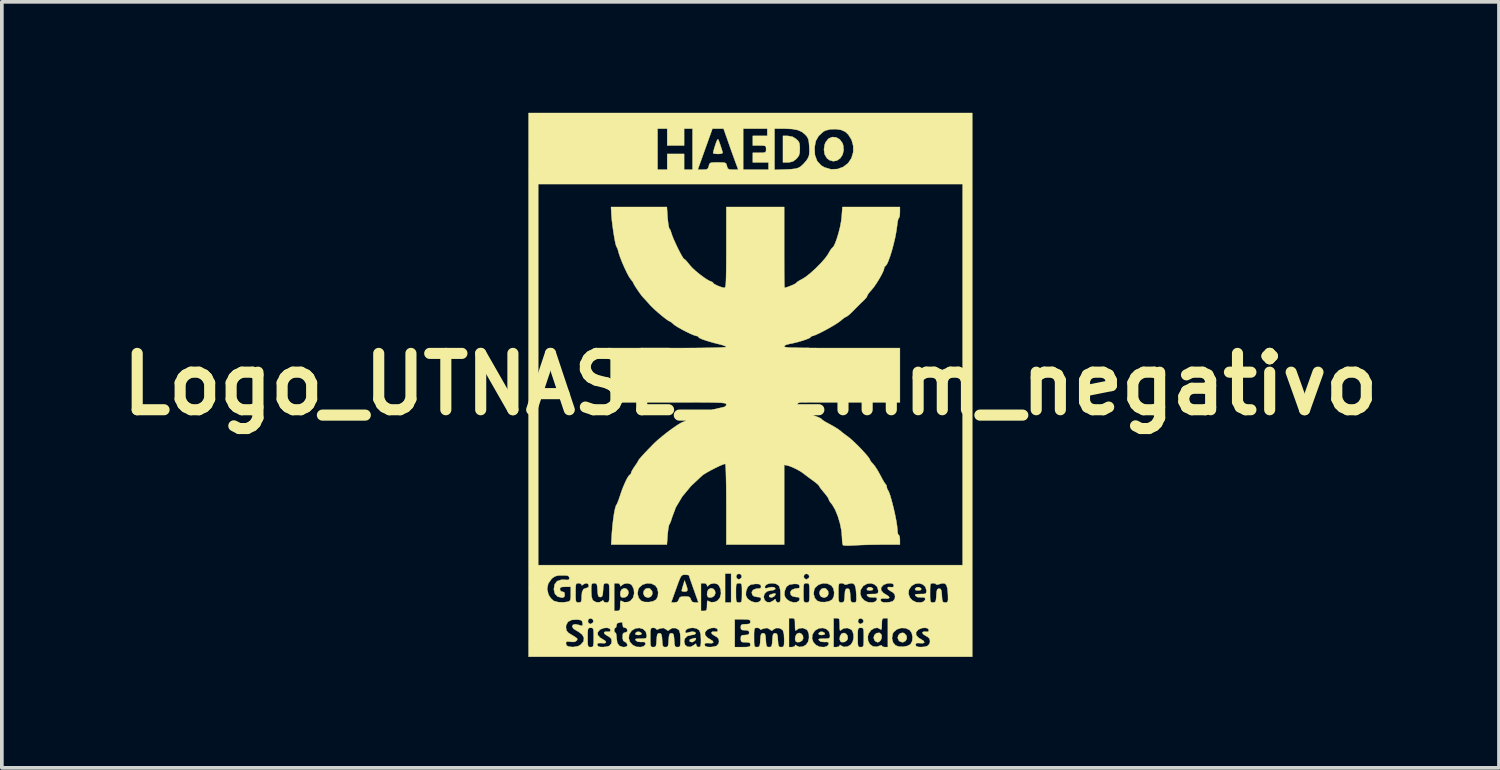
<source format=kicad_pcb>
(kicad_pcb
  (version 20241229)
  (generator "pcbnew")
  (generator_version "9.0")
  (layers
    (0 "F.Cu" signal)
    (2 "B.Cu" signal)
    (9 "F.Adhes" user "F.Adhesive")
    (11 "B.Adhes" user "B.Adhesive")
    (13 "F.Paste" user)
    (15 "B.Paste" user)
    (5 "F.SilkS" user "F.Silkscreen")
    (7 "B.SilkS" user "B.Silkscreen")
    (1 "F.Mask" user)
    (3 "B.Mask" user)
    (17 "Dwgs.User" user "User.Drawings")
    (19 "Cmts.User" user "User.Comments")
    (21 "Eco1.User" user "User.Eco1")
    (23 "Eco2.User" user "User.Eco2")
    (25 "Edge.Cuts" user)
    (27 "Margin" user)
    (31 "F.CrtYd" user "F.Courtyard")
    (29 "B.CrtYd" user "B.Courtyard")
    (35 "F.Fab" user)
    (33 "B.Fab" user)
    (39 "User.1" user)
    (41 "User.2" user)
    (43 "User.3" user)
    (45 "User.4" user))
  (footprint "Logo_UTNASE_12mm_negativo"
    (layer "F.Cu")
    (at 17.243 7.341)
    (property "Reference" "Logo_UTNASE_12mm_negativo" (at 0 0 0) (layer "F.SilkS") (effects (font (size 1.524 1.524) (thickness 0.3))))
    (attr through_hole)
    (fp_poly (pts (xy -2.951 6.725) (xy -2.943 6.741) (xy -2.959 6.772) (xy -3.029 6.782) (xy -3.097 6.774) (xy -3.113 6.747) (xy -3.109 6.731) (xy -3.067 6.696) (xy -3.003 6.695) (xy -2.951 6.725)) (stroke (width 0.01) (type solid)) (fill yes) (layer "F.SilkS"))
    (fp_poly (pts (xy 2.005 6.725) (xy 2.014 6.741) (xy 1.997 6.772) (xy 1.927 6.782) (xy 1.859 6.774) (xy 1.843 6.747) (xy 1.847 6.731) (xy 1.889 6.696) (xy 1.953 6.695) (xy 2.005 6.725)) (stroke (width 0.01) (type solid)) (fill yes) (layer "F.SilkS"))
    (fp_poly (pts (xy 3.309 5.518) (xy 3.318 5.535) (xy 3.301 5.566) (xy 3.232 5.576) (xy 3.163 5.568) (xy 3.147 5.54) (xy 3.152 5.525) (xy 3.194 5.49) (xy 3.257 5.488) (xy 3.309 5.518)) (stroke (width 0.01) (type solid)) (fill yes) (layer "F.SilkS"))
    (fp_poly (pts (xy 4.613 5.518) (xy 4.622 5.535) (xy 4.605 5.566) (xy 4.536 5.576) (xy 4.468 5.568) (xy 4.452 5.54) (xy 4.456 5.525) (xy 4.498 5.49) (xy 4.561 5.488) (xy 4.613 5.518)) (stroke (width 0.01) (type solid)) (fill yes) (layer "F.SilkS"))
    (fp_poly (pts (xy -1.473 6.866) (xy -1.477 6.901) (xy -1.506 6.939) (xy -1.572 6.975) (xy -1.632 6.962) (xy -1.647 6.945) (xy -1.64 6.909) (xy -1.616 6.896) (xy -1.538 6.872) (xy -1.516 6.865) (xy -1.473 6.866)) (stroke (width 0.01) (type solid)) (fill yes) (layer "F.SilkS"))
    (fp_poly (pts (xy 0.679 5.659) (xy 0.675 5.695) (xy 0.646 5.732) (xy 0.58 5.768) (xy 0.52 5.755) (xy 0.505 5.738) (xy 0.512 5.703) (xy 0.536 5.689) (xy 0.614 5.665) (xy 0.636 5.658) (xy 0.679 5.659)) (stroke (width 0.01) (type solid)) (fill yes) (layer "F.SilkS"))
    (fp_poly (pts (xy -1.74 5.416) (xy -1.707 5.521) (xy -1.704 5.58) (xy -1.735 5.604) (xy -1.777 5.608) (xy -1.838 5.601) (xy -1.859 5.588) (xy -1.85 5.546) (xy -1.828 5.467) (xy -1.819 5.436) (xy -1.78 5.306) (xy -1.74 5.416)) (stroke (width 0.01) (type solid)) (fill yes) (layer "F.SilkS"))
    (fp_poly (pts (xy -2.714 5.53) (xy -2.659 5.594) (xy -2.65 5.67) (xy -2.684 5.736) (xy -2.753 5.77) (xy -2.772 5.771) (xy -2.84 5.748) (xy -2.868 5.724) (xy -2.897 5.651) (xy -2.879 5.58) (xy -2.829 5.528) (xy -2.76 5.514) (xy -2.714 5.53)) (stroke (width 0.01) (type solid)) (fill yes) (layer "F.SilkS"))
    (fp_poly (pts (xy 1.381 6.749) (xy 1.421 6.805) (xy 1.427 6.875) (xy 1.401 6.93) (xy 1.338 6.97) (xy 1.265 6.975) (xy 1.228 6.956) (xy 1.207 6.896) (xy 1.217 6.816) (xy 1.254 6.751) (xy 1.258 6.747) (xy 1.323 6.724) (xy 1.381 6.749)) (stroke (width 0.01) (type solid)) (fill yes) (layer "F.SilkS"))
    (fp_poly (pts (xy 2.046 5.53) (xy 2.101 5.594) (xy 2.11 5.67) (xy 2.077 5.736) (xy 2.007 5.77) (xy 1.989 5.771) (xy 1.92 5.748) (xy 1.892 5.724) (xy 1.864 5.651) (xy 1.882 5.58) (xy 1.932 5.528) (xy 2 5.514) (xy 2.046 5.53)) (stroke (width 0.01) (type solid)) (fill yes) (layer "F.SilkS"))
    (fp_poly (pts (xy 2.588 6.749) (xy 2.627 6.805) (xy 2.634 6.875) (xy 2.607 6.93) (xy 2.544 6.97) (xy 2.471 6.975) (xy 2.435 6.956) (xy 2.413 6.896) (xy 2.423 6.816) (xy 2.46 6.751) (xy 2.464 6.747) (xy 2.529 6.724) (xy 2.588 6.749)) (stroke (width 0.01) (type solid)) (fill yes) (layer "F.SilkS"))
    (fp_poly (pts (xy 3.501 6.727) (xy 3.545 6.772) (xy 3.552 6.843) (xy 3.528 6.916) (xy 3.478 6.967) (xy 3.437 6.978) (xy 3.386 6.955) (xy 3.36 6.93) (xy 3.332 6.857) (xy 3.352 6.784) (xy 3.406 6.732) (xy 3.48 6.721) (xy 3.501 6.727)) (stroke (width 0.01) (type solid)) (fill yes) (layer "F.SilkS"))
    (fp_poly (pts (xy 4.165 6.737) (xy 4.221 6.801) (xy 4.229 6.876) (xy 4.196 6.942) (xy 4.126 6.977) (xy 4.108 6.978) (xy 4.039 6.954) (xy 4.012 6.93) (xy 3.983 6.858) (xy 4.001 6.787) (xy 4.051 6.735) (xy 4.12 6.72) (xy 4.165 6.737)) (stroke (width 0.01) (type solid)) (fill yes) (layer "F.SilkS"))
    (fp_poly (pts (xy -3.353 5.531) (xy -3.308 5.58) (xy -3.295 5.649) (xy -3.326 5.722) (xy -3.326 5.723) (xy -3.39 5.763) (xy -3.463 5.768) (xy -3.5 5.75) (xy -3.52 5.692) (xy -3.514 5.613) (xy -3.483 5.55) (xy -3.482 5.55) (xy -3.416 5.515) (xy -3.353 5.531)) (stroke (width 0.01) (type solid)) (fill yes) (layer "F.SilkS"))
    (fp_poly (pts (xy -1.006 5.531) (xy -0.961 5.58) (xy -0.947 5.649) (xy -0.978 5.722) (xy -0.979 5.723) (xy -1.042 5.763) (xy -1.115 5.768) (xy -1.152 5.75) (xy -1.173 5.692) (xy -1.166 5.613) (xy -1.135 5.55) (xy -1.135 5.55) (xy -1.068 5.515) (xy -1.006 5.531)) (stroke (width 0.01) (type solid)) (fill yes) (layer "F.SilkS"))
    (fp_poly (pts (xy 1.143 -6.692) (xy 1.237 -6.632) (xy 1.296 -6.575) (xy 1.326 -6.515) (xy 1.336 -6.429) (xy 1.337 -6.369) (xy 1.332 -6.256) (xy 1.31 -6.18) (xy 1.261 -6.115) (xy 1.242 -6.095) (xy 1.152 -6.026) (xy 1.052 -6.001) (xy 1.013 -5.999) (xy 0.88 -5.999) (xy 0.88 -6.717) (xy 1.008 -6.717) (xy 1.143 -6.692)) (stroke (width 0.01) (type solid)) (fill yes) (layer "F.SilkS"))
    (fp_poly (pts (xy -0.869 -6.619) (xy -0.835 -6.531) (xy -0.8 -6.429) (xy -0.77 -6.335) (xy -0.752 -6.27) (xy -0.75 -6.256) (xy -0.779 -6.238) (xy -0.851 -6.228) (xy -0.88 -6.228) (xy -0.962 -6.233) (xy -1.007 -6.247) (xy -1.01 -6.252) (xy -1.001 -6.294) (xy -0.978 -6.379) (xy -0.949 -6.472) (xy -0.913 -6.574) (xy -0.885 -6.623) (xy -0.869 -6.619)) (stroke (width 0.01) (type solid)) (fill yes) (layer "F.SilkS"))
    (fp_poly (pts (xy 2.318 -6.677) (xy 2.414 -6.623) (xy 2.487 -6.525) (xy 2.507 -6.471) (xy 2.522 -6.331) (xy 2.493 -6.209) (xy 2.43 -6.112) (xy 2.342 -6.05) (xy 2.241 -6.03) (xy 2.135 -6.061) (xy 2.069 -6.112) (xy 2.008 -6.216) (xy 1.988 -6.349) (xy 2.011 -6.489) (xy 2.037 -6.551) (xy 2.114 -6.644) (xy 2.213 -6.685) (xy 2.318 -6.677)) (stroke (width 0.01) (type solid)) (fill yes) (layer "F.SilkS"))
    (fp_poly (pts (xy -2.24 -4.51) (xy -2.227 -4.381) (xy -2.212 -4.278) (xy -2.197 -4.217) (xy -2.191 -4.209) (xy -2.163 -4.166) (xy -2.139 -4.092) (xy -2.114 -4.016) (xy -2.07 -3.909) (xy -2.014 -3.785) (xy -1.953 -3.658) (xy -1.893 -3.542) (xy -1.842 -3.451) (xy -1.807 -3.398) (xy -1.797 -3.391) (xy -1.763 -3.367) (xy -1.705 -3.304) (xy -1.642 -3.225) (xy -1.57 -3.145) (xy -1.469 -3.053) (xy -1.353 -2.959) (xy -1.237 -2.874) (xy -1.135 -2.809) (xy -1.06 -2.775) (xy -1.042 -2.772) (xy -1.012 -2.749) (xy -1.011 -2.742) (xy -0.983 -2.714) (xy -0.915 -2.677) (xy -0.829 -2.641) (xy -0.746 -2.615) (xy -0.7 -2.608) (xy -0.687 -2.616) (xy -0.677 -2.641) (xy -0.668 -2.692) (xy -0.662 -2.773) (xy -0.658 -2.891) (xy -0.655 -3.053) (xy -0.653 -3.264) (xy -0.652 -3.531) (xy -0.652 -3.701) (xy -0.652 -4.793) (xy 0.913 -4.793) (xy 0.913 -3.701) (xy 0.913 -3.441) (xy 0.914 -3.204) (xy 0.915 -2.996) (xy 0.917 -2.825) (xy 0.919 -2.699) (xy 0.922 -2.625) (xy 0.923 -2.608) (xy 0.974 -2.62) (xy 1.053 -2.647) (xy 1.139 -2.683) (xy 1.208 -2.716) (xy 1.239 -2.738) (xy 1.239 -2.739) (xy 1.266 -2.767) (xy 1.335 -2.81) (xy 1.393 -2.84) (xy 1.501 -2.908) (xy 1.633 -3.013) (xy 1.773 -3.141) (xy 1.908 -3.278) (xy 2.023 -3.409) (xy 2.102 -3.52) (xy 2.114 -3.543) (xy 2.162 -3.626) (xy 2.204 -3.68) (xy 2.217 -3.69) (xy 2.252 -3.73) (xy 2.295 -3.82) (xy 2.34 -3.946) (xy 2.385 -4.094) (xy 2.424 -4.25) (xy 2.453 -4.401) (xy 2.468 -4.524) (xy 2.488 -4.793) (xy 4.043 -4.793) (xy 4.043 -4.646) (xy 4.038 -4.559) (xy 4.024 -4.506) (xy 4.015 -4.5) (xy 3.998 -4.47) (xy 3.98 -4.393) (xy 3.968 -4.296) (xy 3.947 -4.143) (xy 3.915 -3.972) (xy 3.873 -3.794) (xy 3.827 -3.62) (xy 3.778 -3.462) (xy 3.73 -3.331) (xy 3.688 -3.239) (xy 3.653 -3.197) (xy 3.647 -3.195) (xy 3.623 -3.169) (xy 3.619 -3.144) (xy 3.602 -3.079) (xy 3.555 -2.978) (xy 3.488 -2.857) (xy 3.412 -2.734) (xy 3.336 -2.624) (xy 3.271 -2.546) (xy 3.207 -2.473) (xy 3.168 -2.414) (xy 3.163 -2.397) (xy 3.141 -2.352) (xy 3.085 -2.288) (xy 3.06 -2.263) (xy 2.983 -2.19) (xy 2.884 -2.092) (xy 2.791 -1.997) (xy 2.706 -1.913) (xy 2.635 -1.852) (xy 2.594 -1.826) (xy 2.591 -1.826) (xy 2.549 -1.805) (xy 2.481 -1.753) (xy 2.445 -1.721) (xy 2.375 -1.669) (xy 2.269 -1.601) (xy 2.14 -1.526) (xy 2.003 -1.451) (xy 1.872 -1.384) (xy 1.762 -1.333) (xy 1.688 -1.307) (xy 1.672 -1.304) (xy 1.633 -1.286) (xy 1.63 -1.275) (xy 1.601 -1.251) (xy 1.524 -1.218) (xy 1.414 -1.18) (xy 1.287 -1.143) (xy 1.158 -1.111) (xy 1.052 -1.09) (xy 0.958 -1.065) (xy 0.915 -1.031) (xy 0.913 -1.023) (xy 0.922 -1.012) (xy 0.952 -1.004) (xy 1.009 -0.996) (xy 1.096 -0.991) (xy 1.22 -0.986) (xy 1.385 -0.983) (xy 1.597 -0.981) (xy 1.859 -0.979) (xy 2.178 -0.978) (xy 2.478 -0.978) (xy 4.043 -0.978) (xy 4.043 0.489) (xy 2.478 0.489) (xy 2.118 0.489) (xy 1.819 0.489) (xy 1.573 0.49) (xy 1.376 0.492) (xy 1.223 0.494) (xy 1.108 0.498) (xy 1.026 0.503) (xy 0.971 0.51) (xy 0.937 0.518) (xy 0.92 0.529) (xy 0.914 0.542) (xy 0.913 0.554) (xy 0.94 0.612) (xy 1.003 0.638) (xy 1.16 0.676) (xy 1.329 0.722) (xy 1.496 0.772) (xy 1.651 0.823) (xy 1.781 0.87) (xy 1.875 0.909) (xy 1.921 0.937) (xy 1.924 0.943) (xy 1.951 0.968) (xy 2.021 1.013) (xy 2.122 1.069) (xy 2.14 1.078) (xy 2.257 1.143) (xy 2.359 1.206) (xy 2.425 1.254) (xy 2.427 1.255) (xy 2.497 1.314) (xy 2.592 1.385) (xy 2.633 1.414) (xy 2.707 1.473) (xy 2.803 1.56) (xy 2.909 1.663) (xy 3.015 1.772) (xy 3.109 1.876) (xy 3.183 1.963) (xy 3.223 2.021) (xy 3.229 2.036) (xy 3.251 2.08) (xy 3.304 2.141) (xy 3.313 2.15) (xy 3.368 2.218) (xy 3.437 2.324) (xy 3.505 2.446) (xy 3.512 2.459) (xy 3.57 2.569) (xy 3.619 2.654) (xy 3.652 2.698) (xy 3.656 2.701) (xy 3.681 2.738) (xy 3.684 2.768) (xy 3.7 2.834) (xy 3.714 2.855) (xy 3.745 2.912) (xy 3.783 3.019) (xy 3.824 3.163) (xy 3.867 3.33) (xy 3.907 3.505) (xy 3.941 3.675) (xy 3.965 3.826) (xy 3.977 3.944) (xy 3.978 3.97) (xy 3.987 4.042) (xy 4.008 4.075) (xy 4.011 4.076) (xy 4.031 4.105) (xy 4.042 4.177) (xy 4.043 4.206) (xy 4.043 4.337) (xy 3.575 4.337) (xy 3.375 4.338) (xy 3.168 4.342) (xy 2.978 4.348) (xy 2.828 4.356) (xy 2.817 4.357) (xy 2.685 4.363) (xy 2.579 4.363) (xy 2.514 4.356) (xy 2.503 4.351) (xy 2.489 4.306) (xy 2.48 4.219) (xy 2.478 4.157) (xy 2.464 3.971) (xy 2.424 3.769) (xy 2.365 3.57) (xy 2.292 3.392) (xy 2.212 3.255) (xy 2.181 3.217) (xy 2.135 3.155) (xy 2.119 3.112) (xy 2.099 3.069) (xy 2.047 2.996) (xy 1.989 2.926) (xy 1.92 2.843) (xy 1.872 2.778) (xy 1.858 2.75) (xy 1.834 2.719) (xy 1.769 2.663) (xy 1.678 2.594) (xy 1.675 2.592) (xy 1.577 2.521) (xy 1.498 2.462) (xy 1.455 2.428) (xy 1.374 2.369) (xy 1.259 2.303) (xy 1.136 2.244) (xy 1.035 2.206) (xy 1.019 2.202) (xy 0.913 2.179) (xy 0.913 4.337) (xy -0.652 4.337) (xy -0.652 3.244) (xy -0.653 2.985) (xy -0.655 2.747) (xy -0.659 2.539) (xy -0.663 2.369) (xy -0.669 2.243) (xy -0.675 2.169) (xy -0.68 2.152) (xy -0.736 2.167) (xy -0.831 2.207) (xy -0.949 2.264) (xy -1.074 2.328) (xy -1.188 2.392) (xy -1.276 2.447) (xy -1.303 2.468) (xy -1.606 2.751) (xy -1.844 3.038) (xy -2.017 3.328) (xy -2.12 3.603) (xy -2.15 3.699) (xy -2.178 3.767) (xy -2.191 3.785) (xy -2.206 3.824) (xy -2.222 3.911) (xy -2.236 4.03) (xy -2.239 4.07) (xy -2.259 4.337) (xy -3.766 4.337) (xy -3.746 4.019) (xy -3.731 3.839) (xy -3.711 3.663) (xy -3.688 3.504) (xy -3.663 3.376) (xy -3.639 3.29) (xy -3.622 3.261) (xy -3.602 3.224) (xy -3.569 3.141) (xy -3.53 3.028) (xy -3.521 3) (xy -3.468 2.846) (xy -3.409 2.702) (xy -3.352 2.579) (xy -3.301 2.49) (xy -3.263 2.447) (xy -3.256 2.445) (xy -3.23 2.419) (xy -3.228 2.401) (xy -3.21 2.351) (xy -3.164 2.272) (xy -3.13 2.222) (xy -3.074 2.141) (xy -3.039 2.083) (xy -3.032 2.066) (xy -3.011 2.033) (xy -2.952 1.964) (xy -2.865 1.868) (xy -2.758 1.756) (xy -2.641 1.636) (xy -2.606 1.6) (xy -2.503 1.505) (xy -2.377 1.4) (xy -2.24 1.292) (xy -2.104 1.192) (xy -1.978 1.106) (xy -1.876 1.043) (xy -1.809 1.013) (xy -1.797 1.011) (xy -1.756 0.991) (xy -1.695 0.945) (xy -1.634 0.909) (xy -1.525 0.862) (xy -1.383 0.809) (xy -1.224 0.754) (xy -1.062 0.703) (xy -0.913 0.661) (xy -0.793 0.634) (xy -0.774 0.631) (xy -0.688 0.607) (xy -0.654 0.568) (xy -0.652 0.55) (xy -0.654 0.536) (xy -0.665 0.524) (xy -0.688 0.515) (xy -0.731 0.507) (xy -0.797 0.501) (xy -0.894 0.497) (xy -1.025 0.493) (xy -1.197 0.491) (xy -1.415 0.49) (xy -1.685 0.489) (xy -2.011 0.489) (xy -2.217 0.489) (xy -3.782 0.489) (xy -3.782 -0.978) (xy -2.217 -0.978) (xy -1.881 -0.979) (xy -1.575 -0.98) (xy -1.304 -0.983) (xy -1.072 -0.987) (xy -0.886 -0.991) (xy -0.751 -0.997) (xy -0.672 -1.003) (xy -0.652 -1.008) (xy -0.681 -1.031) (xy -0.755 -1.059) (xy -0.823 -1.077) (xy -1.001 -1.122) (xy -1.158 -1.168) (xy -1.285 -1.21) (xy -1.37 -1.246) (xy -1.402 -1.272) (xy -1.402 -1.273) (xy -1.428 -1.301) (xy -1.451 -1.304) (xy -1.511 -1.32) (xy -1.61 -1.36) (xy -1.731 -1.418) (xy -1.856 -1.483) (xy -1.969 -1.547) (xy -2.053 -1.602) (xy -2.074 -1.62) (xy -2.133 -1.671) (xy -2.168 -1.695) (xy -2.17 -1.696) (xy -2.214 -1.716) (xy -2.292 -1.771) (xy -2.392 -1.85) (xy -2.501 -1.942) (xy -2.606 -2.036) (xy -2.694 -2.122) (xy -2.724 -2.155) (xy -2.803 -2.244) (xy -2.866 -2.312) (xy -2.899 -2.347) (xy -2.9 -2.348) (xy -2.934 -2.387) (xy -2.988 -2.459) (xy -3.05 -2.548) (xy -3.108 -2.635) (xy -3.149 -2.703) (xy -3.163 -2.733) (xy -3.183 -2.773) (xy -3.231 -2.833) (xy -3.278 -2.9) (xy -3.338 -3.012) (xy -3.404 -3.15) (xy -3.469 -3.298) (xy -3.524 -3.439) (xy -3.562 -3.555) (xy -3.57 -3.587) (xy -3.593 -3.667) (xy -3.617 -3.714) (xy -3.62 -3.717) (xy -3.636 -3.756) (xy -3.657 -3.845) (xy -3.681 -3.972) (xy -3.705 -4.121) (xy -3.727 -4.279) (xy -3.746 -4.433) (xy -3.757 -4.567) (xy -3.759 -4.589) (xy -3.77 -4.793) (xy -2.259 -4.793) (xy -2.24 -4.51)) (stroke (width 0.01) (type solid)) (fill yes) (layer "F.SilkS"))
    (fp_poly (pts (xy 5.999 7.369) (xy -5.999 7.369) (xy -5.999 6.57) (xy -4.989 6.57) (xy -4.973 6.664) (xy -4.919 6.725) (xy -4.907 6.732) (xy -4.814 6.789) (xy -4.742 6.833) (xy -4.687 6.875) (xy -4.684 6.911) (xy -4.7 6.934) (xy -4.754 6.967) (xy -4.847 6.967) (xy -4.865 6.964) (xy -4.946 6.956) (xy -4.981 6.969) (xy -4.989 7.007) (xy -4.975 7.061) (xy -4.927 7.091) (xy -4.83 7.104) (xy -4.789 7.106) (xy -4.658 7.082) (xy -4.586 7.041) (xy -4.512 6.953) (xy -4.501 6.86) (xy -4.507 6.847) (xy -4.402 6.847) (xy -4.401 6.977) (xy -4.396 7.054) (xy -4.382 7.093) (xy -4.355 7.107) (xy -4.32 7.108) (xy -4.28 7.105) (xy -4.256 7.088) (xy -4.244 7.043) (xy -4.243 7.03) (xy -4.146 7.03) (xy -4.126 7.079) (xy -4.119 7.086) (xy -4.067 7.104) (xy -3.98 7.107) (xy -3.886 7.097) (xy -3.813 7.074) (xy -3.761 7.012) (xy -3.75 6.95) (xy -3.764 6.881) (xy -3.817 6.83) (xy -3.866 6.804) (xy -3.938 6.756) (xy -3.958 6.714) (xy -3.926 6.69) (xy -3.86 6.693) (xy -3.8 6.692) (xy -3.782 6.652) (xy -3.782 6.652) (xy -3.684 6.652) (xy -3.671 6.705) (xy -3.652 6.717) (xy -3.632 6.746) (xy -3.621 6.819) (xy -3.619 6.861) (xy -3.601 6.994) (xy -3.544 7.075) (xy -3.447 7.107) (xy -3.421 7.108) (xy -3.35 7.097) (xy -3.326 7.056) (xy -3.326 7.047) (xy -3.353 6.989) (xy -3.391 6.968) (xy -3.437 6.939) (xy -3.454 6.874) (xy -3.29 6.874) (xy -3.256 6.972) (xy -3.184 7.052) (xy -3.084 7.101) (xy -2.964 7.108) (xy -2.888 7.088) (xy -2.843 7.043) (xy -2.837 7.013) (xy -2.851 6.976) (xy -2.905 6.967) (xy -2.944 6.971) (xy -3.049 6.963) (xy -3.095 6.932) (xy -3.113 6.901) (xy -3.095 6.886) (xy -3.029 6.88) (xy -2.971 6.88) (xy -2.873 6.878) (xy -2.824 6.865) (xy -2.814 6.847) (xy -2.706 6.847) (xy -2.705 6.977) (xy -2.7 7.054) (xy -2.686 7.093) (xy -2.659 7.107) (xy -2.626 7.108) (xy -2.581 7.103) (xy -2.556 7.077) (xy -2.543 7.015) (xy -2.537 6.921) (xy -2.528 6.814) (xy -2.513 6.757) (xy -2.485 6.735) (xy -2.462 6.733) (xy -2.424 6.742) (xy -2.403 6.777) (xy -2.391 6.854) (xy -2.387 6.921) (xy -2.379 7.026) (xy -2.365 7.083) (xy -2.337 7.105) (xy -2.299 7.108) (xy -2.254 7.103) (xy -2.229 7.076) (xy -2.217 7.012) (xy -2.211 6.921) (xy -2.202 6.814) (xy -2.187 6.757) (xy -2.159 6.735) (xy -2.136 6.733) (xy -2.098 6.742) (xy -2.076 6.777) (xy -2.065 6.854) (xy -2.061 6.921) (xy -2.053 7.026) (xy -2.039 7.083) (xy -2.011 7.105) (xy -1.971 7.108) (xy -1.928 7.104) (xy -1.904 7.082) (xy -1.894 7.028) (xy -1.892 6.957) (xy -1.793 6.957) (xy -1.768 7.048) (xy -1.704 7.099) (xy -1.619 7.104) (xy -1.53 7.056) (xy -1.527 7.054) (xy -1.483 7.018) (xy -1.468 7.028) (xy -1.467 7.054) (xy -1.44 7.099) (xy -1.402 7.108) (xy -1.366 7.101) (xy -1.346 7.07) (xy -1.342 7.03) (xy -1.244 7.03) (xy -1.224 7.079) (xy -1.217 7.086) (xy -1.165 7.104) (xy -1.078 7.107) (xy -0.984 7.097) (xy -0.911 7.074) (xy -0.859 7.012) (xy -0.848 6.95) (xy -0.862 6.881) (xy -0.915 6.83) (xy -0.964 6.804) (xy -1.036 6.756) (xy -1.056 6.714) (xy -1.024 6.69) (xy -0.958 6.693) (xy -0.898 6.692) (xy -0.88 6.652) (xy -0.88 6.647) (xy -0.907 6.604) (xy -0.975 6.586) (xy -1.062 6.593) (xy -1.15 6.627) (xy -1.168 6.638) (xy -1.228 6.707) (xy -1.225 6.782) (xy -1.163 6.853) (xy -1.1 6.891) (xy -1.021 6.942) (xy -1.002 6.983) (xy -1.043 7.004) (xy -1.129 7) (xy -1.21 7) (xy -1.244 7.03) (xy -1.342 7.03) (xy -1.338 7.001) (xy -1.337 6.907) (xy -1.345 6.764) (xy -1.372 6.674) (xy -1.391 6.646) (xy -1.46 6.604) (xy -1.552 6.587) (xy -1.646 6.595) (xy -1.722 6.625) (xy -1.76 6.674) (xy -1.761 6.685) (xy -1.752 6.723) (xy -1.716 6.725) (xy -1.668 6.709) (xy -1.587 6.691) (xy -1.518 6.697) (xy -1.48 6.721) (xy -1.483 6.749) (xy -1.528 6.773) (xy -1.597 6.782) (xy -1.703 6.808) (xy -1.773 6.876) (xy -1.793 6.957) (xy -1.892 6.957) (xy -1.891 6.926) (xy -1.891 6.898) (xy -1.898 6.756) (xy -1.922 6.667) (xy -1.942 6.638) (xy -2.022 6.594) (xy -2.113 6.593) (xy -2.184 6.634) (xy -2.222 6.666) (xy -2.261 6.645) (xy -2.272 6.634) (xy -2.353 6.59) (xy -2.45 6.606) (xy -2.48 6.62) (xy -2.532 6.637) (xy -2.543 6.62) (xy -2.571 6.595) (xy -2.625 6.586) (xy -2.665 6.589) (xy -2.689 6.606) (xy -2.702 6.651) (xy -2.706 6.737) (xy -2.706 6.847) (xy -2.814 6.847) (xy -2.806 6.833) (xy -2.804 6.784) (xy -2.831 6.686) (xy -2.901 6.62) (xy -2.997 6.59) (xy -3.103 6.6) (xy -3.202 6.656) (xy -3.213 6.666) (xy -3.279 6.768) (xy -3.29 6.874) (xy -3.454 6.874) (xy -3.455 6.871) (xy -3.456 6.834) (xy -3.449 6.754) (xy -3.422 6.721) (xy -3.391 6.717) (xy -3.337 6.694) (xy -3.326 6.652) (xy -3.349 6.597) (xy -3.391 6.586) (xy -3.441 6.568) (xy -3.456 6.504) (xy -3.456 6.501) (xy -3.466 6.441) (xy -3.501 6.434) (xy -3.508 6.436) (xy -3.57 6.454) (xy -3.589 6.456) (xy -3.614 6.483) (xy -3.619 6.521) (xy -3.633 6.574) (xy -3.652 6.586) (xy -3.678 6.614) (xy -3.684 6.652) (xy -3.782 6.652) (xy -3.782 6.647) (xy -3.809 6.604) (xy -3.876 6.586) (xy -3.964 6.593) (xy -4.052 6.627) (xy -4.07 6.638) (xy -4.129 6.707) (xy -4.127 6.782) (xy -4.065 6.853) (xy -4.002 6.891) (xy -3.922 6.942) (xy -3.904 6.983) (xy -3.945 7.004) (xy -4.031 7) (xy -4.112 7) (xy -4.146 7.03) (xy -4.243 7.03) (xy -4.239 6.957) (xy -4.239 6.847) (xy -4.24 6.718) (xy -4.245 6.64) (xy -4.259 6.602) (xy -4.286 6.588) (xy -4.32 6.586) (xy -4.361 6.589) (xy -4.385 6.606) (xy -4.397 6.651) (xy -4.401 6.737) (xy -4.402 6.847) (xy -4.507 6.847) (xy -4.549 6.769) (xy -4.653 6.689) (xy -4.693 6.669) (xy -4.786 6.61) (xy -4.819 6.551) (xy -4.8 6.507) (xy -4.735 6.49) (xy -4.628 6.512) (xy -4.623 6.514) (xy -4.558 6.534) (xy -4.536 6.519) (xy -4.538 6.462) (xy -4.552 6.407) (xy -4.397 6.407) (xy -4.375 6.461) (xy -4.323 6.484) (xy -4.313 6.482) (xy -4.258 6.445) (xy -4.245 6.415) (xy -4.26 6.36) (xy -4.263 6.358) (xy -0.424 6.358) (xy -0.424 7.108) (xy -0.212 7.108) (xy -0.097 7.106) (xy -0.033 7.097) (xy -0.006 7.076) (xy 0 7.043) (xy -0.011 7) (xy -0.055 6.981) (xy -0.13 6.978) (xy -0.214 6.974) (xy -0.251 6.953) (xy -0.261 6.901) (xy -0.261 6.88) (xy -0.258 6.847) (xy 0.098 6.847) (xy 0.099 6.977) (xy 0.104 7.054) (xy 0.118 7.093) (xy 0.145 7.107) (xy 0.178 7.108) (xy 0.223 7.103) (xy 0.248 7.077) (xy 0.261 7.015) (xy 0.267 6.921) (xy 0.276 6.814) (xy 0.291 6.757) (xy 0.319 6.735) (xy 0.342 6.733) (xy 0.38 6.742) (xy 0.402 6.777) (xy 0.413 6.854) (xy 0.417 6.921) (xy 0.425 7.026) (xy 0.439 7.083) (xy 0.467 7.105) (xy 0.505 7.108) (xy 0.55 7.103) (xy 0.575 7.076) (xy 0.587 7.012) (xy 0.593 6.921) (xy 0.602 6.814) (xy 0.617 6.757) (xy 0.645 6.735) (xy 0.668 6.733) (xy 0.706 6.742) (xy 0.728 6.777) (xy 0.739 6.854) (xy 0.743 6.921) (xy 0.751 7.026) (xy 0.765 7.083) (xy 0.793 7.105) (xy 0.833 7.108) (xy 0.876 7.104) (xy 0.9 7.082) (xy 0.911 7.028) (xy 0.913 6.926) (xy 0.913 6.898) (xy 0.906 6.756) (xy 0.882 6.667) (xy 0.862 6.638) (xy 0.782 6.594) (xy 0.691 6.593) (xy 0.62 6.634) (xy 0.582 6.666) (xy 0.543 6.645) (xy 0.532 6.634) (xy 0.452 6.59) (xy 0.354 6.606) (xy 0.324 6.62) (xy 0.272 6.637) (xy 0.261 6.62) (xy 0.233 6.595) (xy 0.179 6.586) (xy 0.139 6.589) (xy 0.115 6.606) (xy 0.103 6.651) (xy 0.098 6.737) (xy 0.098 6.847) (xy -0.258 6.847) (xy -0.254 6.814) (xy -0.222 6.787) (xy -0.147 6.782) (xy -0.068 6.775) (xy -0.036 6.746) (xy -0.033 6.717) (xy -0.045 6.672) (xy -0.095 6.654) (xy -0.147 6.652) (xy -0.224 6.646) (xy -0.255 6.618) (xy -0.261 6.57) (xy -0.254 6.518) (xy -0.22 6.494) (xy -0.142 6.489) (xy -0.13 6.489) (xy -0.045 6.483) (xy -0.007 6.461) (xy 0 6.423) (xy -0.007 6.388) (xy -0.036 6.368) (xy -0.103 6.36) (xy -0.212 6.358) (xy -0.424 6.358) (xy -4.263 6.358) (xy -4.31 6.332) (xy -4.367 6.344) (xy -4.376 6.352) (xy -4.397 6.407) (xy -4.552 6.407) (xy -4.552 6.406) (xy -4.59 6.378) (xy -4.67 6.366) (xy -4.69 6.364) (xy -4.836 6.374) (xy -4.935 6.425) (xy -4.983 6.516) (xy -4.989 6.57) (xy -5.999 6.57) (xy -5.999 6.326) (xy 1.043 6.326) (xy 1.043 7.108) (xy 1.125 7.108) (xy 1.186 7.095) (xy 1.206 7.069) (xy 1.216 7.046) (xy 1.246 7.069) (xy 1.324 7.105) (xy 1.422 7.093) (xy 1.504 7.046) (xy 1.559 6.967) (xy 1.581 6.874) (xy 1.666 6.874) (xy 1.7 6.972) (xy 1.772 7.052) (xy 1.872 7.101) (xy 1.992 7.108) (xy 2.068 7.088) (xy 2.113 7.043) (xy 2.119 7.013) (xy 2.105 6.976) (xy 2.051 6.967) (xy 2.012 6.971) (xy 1.907 6.963) (xy 1.861 6.932) (xy 1.843 6.901) (xy 1.861 6.886) (xy 1.927 6.88) (xy 1.985 6.88) (xy 2.083 6.878) (xy 2.132 6.865) (xy 2.15 6.833) (xy 2.152 6.784) (xy 2.125 6.686) (xy 2.055 6.62) (xy 1.959 6.59) (xy 1.853 6.6) (xy 1.754 6.656) (xy 1.743 6.666) (xy 1.677 6.768) (xy 1.666 6.874) (xy 1.581 6.874) (xy 1.585 6.861) (xy 1.58 6.75) (xy 1.545 6.66) (xy 1.518 6.633) (xy 1.417 6.591) (xy 1.316 6.601) (xy 1.258 6.638) (xy 1.229 6.661) (xy 1.213 6.648) (xy 1.207 6.589) (xy 1.206 6.507) (xy 1.204 6.404) (xy 1.193 6.349) (xy 1.167 6.329) (xy 1.125 6.326) (xy 2.25 6.326) (xy 2.25 7.108) (xy 2.331 7.108) (xy 2.393 7.095) (xy 2.413 7.069) (xy 2.422 7.046) (xy 2.452 7.069) (xy 2.53 7.105) (xy 2.628 7.093) (xy 2.711 7.046) (xy 2.765 6.967) (xy 2.791 6.861) (xy 2.79 6.847) (xy 2.902 6.847) (xy 2.903 6.977) (xy 2.908 7.054) (xy 2.922 7.093) (xy 2.949 7.107) (xy 2.983 7.108) (xy 3.024 7.105) (xy 3.048 7.088) (xy 3.06 7.043) (xy 3.064 6.957) (xy 3.065 6.847) (xy 3.065 6.815) (xy 3.175 6.815) (xy 3.181 6.937) (xy 3.231 7.032) (xy 3.314 7.09) (xy 3.417 7.1) (xy 3.491 7.074) (xy 3.543 7.057) (xy 3.554 7.074) (xy 3.582 7.1) (xy 3.636 7.108) (xy 3.717 7.108) (xy 3.717 6.87) (xy 3.827 6.87) (xy 3.858 6.984) (xy 3.925 7.062) (xy 4.013 7.094) (xy 4.13 7.098) (xy 4.245 7.077) (xy 4.329 7.032) (xy 4.331 7.03) (xy 4.462 7.03) (xy 4.482 7.079) (xy 4.489 7.086) (xy 4.541 7.104) (xy 4.628 7.107) (xy 4.722 7.097) (xy 4.795 7.074) (xy 4.847 7.012) (xy 4.858 6.95) (xy 4.844 6.881) (xy 4.791 6.83) (xy 4.742 6.804) (xy 4.67 6.756) (xy 4.65 6.714) (xy 4.682 6.69) (xy 4.748 6.693) (xy 4.808 6.692) (xy 4.826 6.652) (xy 4.826 6.647) (xy 4.799 6.604) (xy 4.732 6.586) (xy 4.644 6.593) (xy 4.556 6.627) (xy 4.538 6.638) (xy 4.479 6.707) (xy 4.481 6.782) (xy 4.543 6.853) (xy 4.606 6.891) (xy 4.685 6.942) (xy 4.704 6.983) (xy 4.663 7.004) (xy 4.577 7) (xy 4.496 7) (xy 4.462 7.03) (xy 4.331 7.03) (xy 4.331 7.03) (xy 4.376 6.944) (xy 4.385 6.833) (xy 4.361 6.724) (xy 4.308 6.648) (xy 4.198 6.596) (xy 4.076 6.591) (xy 3.96 6.629) (xy 3.872 6.705) (xy 3.848 6.749) (xy 3.827 6.87) (xy 3.717 6.87) (xy 3.717 6.326) (xy 3.636 6.326) (xy 3.588 6.331) (xy 3.564 6.357) (xy 3.555 6.42) (xy 3.554 6.495) (xy 3.551 6.592) (xy 3.539 6.634) (xy 3.517 6.628) (xy 3.515 6.626) (xy 3.436 6.586) (xy 3.347 6.597) (xy 3.263 6.65) (xy 3.199 6.738) (xy 3.175 6.815) (xy 3.065 6.815) (xy 3.064 6.718) (xy 3.059 6.64) (xy 3.045 6.602) (xy 3.018 6.588) (xy 2.983 6.586) (xy 2.943 6.589) (xy 2.919 6.606) (xy 2.907 6.651) (xy 2.902 6.737) (xy 2.902 6.847) (xy 2.79 6.847) (xy 2.786 6.75) (xy 2.751 6.66) (xy 2.725 6.633) (xy 2.624 6.591) (xy 2.522 6.601) (xy 2.464 6.638) (xy 2.435 6.661) (xy 2.42 6.648) (xy 2.414 6.589) (xy 2.413 6.507) (xy 2.411 6.407) (xy 2.907 6.407) (xy 2.929 6.461) (xy 2.98 6.484) (xy 2.991 6.482) (xy 3.046 6.445) (xy 3.059 6.415) (xy 3.044 6.36) (xy 2.994 6.332) (xy 2.936 6.344) (xy 2.928 6.352) (xy 2.907 6.407) (xy 2.411 6.407) (xy 2.411 6.404) (xy 2.4 6.349) (xy 2.373 6.329) (xy 2.331 6.326) (xy 2.25 6.326) (xy 1.125 6.326) (xy 1.043 6.326) (xy -5.999 6.326) (xy -5.999 5.532) (xy -5.497 5.532) (xy -5.463 5.682) (xy -5.455 5.699) (xy -5.397 5.788) (xy -5.328 5.852) (xy -5.315 5.86) (xy -5.201 5.892) (xy -5.061 5.899) (xy -4.932 5.881) (xy -4.89 5.863) (xy -4.868 5.826) (xy -4.859 5.752) (xy -4.858 5.67) (xy -4.858 5.641) (xy -4.728 5.641) (xy -4.727 5.77) (xy -4.722 5.848) (xy -4.708 5.887) (xy -4.681 5.9) (xy -4.646 5.902) (xy -4.597 5.896) (xy -4.573 5.868) (xy -4.565 5.8) (xy -4.565 5.745) (xy -4.552 5.614) (xy -4.538 5.59) (xy -4.304 5.59) (xy -4.297 5.732) (xy -4.273 5.821) (xy -4.253 5.85) (xy -4.173 5.894) (xy -4.081 5.896) (xy -4.017 5.863) (xy -3.985 5.84) (xy -3.978 5.863) (xy -3.95 5.892) (xy -3.896 5.902) (xy -3.856 5.899) (xy -3.832 5.882) (xy -3.82 5.837) (xy -3.815 5.751) (xy -3.815 5.641) (xy -3.816 5.511) (xy -3.821 5.434) (xy -3.835 5.395) (xy -3.862 5.382) (xy -3.895 5.38) (xy -3.684 5.38) (xy -3.684 6.13) (xy -3.603 6.13) (xy -3.553 6.124) (xy -3.529 6.096) (xy -3.522 6.027) (xy -3.521 5.977) (xy -3.519 5.902) (xy -2.143 5.902) (xy -2.05 5.902) (xy -1.976 5.887) (xy -1.94 5.831) (xy -1.937 5.82) (xy -1.916 5.769) (xy -1.872 5.745) (xy -1.787 5.739) (xy -1.774 5.739) (xy -1.683 5.743) (xy -1.636 5.765) (xy -1.613 5.813) (xy -1.611 5.82) (xy -1.579 5.882) (xy -1.511 5.901) (xy -1.498 5.902) (xy -1.406 5.902) (xy -1.534 5.542) (xy -1.585 5.399) (xy -1.591 5.38) (xy -1.337 5.38) (xy -1.337 6.13) (xy -1.255 6.13) (xy -1.206 6.124) (xy -1.182 6.096) (xy -1.174 6.027) (xy -1.174 5.977) (xy -1.17 5.886) (xy -1.158 5.852) (xy -1.135 5.863) (xy -1.057 5.898) (xy -0.958 5.887) (xy -0.889 5.852) (xy -0.823 5.77) (xy -0.795 5.659) (xy -0.805 5.542) (xy -0.853 5.442) (xy -0.893 5.405) (xy -0.979 5.381) (xy -1.074 5.399) (xy -1.123 5.431) (xy -1.162 5.465) (xy -1.173 5.451) (xy -1.174 5.431) (xy -1.202 5.39) (xy -1.255 5.38) (xy -1.337 5.38) (xy -1.591 5.38) (xy -1.626 5.281) (xy -1.653 5.199) (xy -1.663 5.167) (xy -1.691 5.157) (xy -1.761 5.152) (xy -1.769 5.152) (xy -1.814 5.154) (xy -1.848 5.166) (xy -1.878 5.199) (xy -1.91 5.262) (xy -1.951 5.367) (xy -2.007 5.522) (xy -2.009 5.527) (xy -2.143 5.902) (xy -3.519 5.902) (xy -3.518 5.886) (xy -3.505 5.852) (xy -3.482 5.863) (xy -3.404 5.898) (xy -3.305 5.887) (xy -3.237 5.852) (xy -3.171 5.77) (xy -3.144 5.663) (xy -3.053 5.663) (xy -3.022 5.778) (xy -2.955 5.856) (xy -2.867 5.888) (xy -2.75 5.892) (xy -2.635 5.87) (xy -2.551 5.825) (xy -2.549 5.823) (xy -2.504 5.738) (xy -2.494 5.627) (xy -2.519 5.518) (xy -2.572 5.442) (xy -2.681 5.389) (xy -2.804 5.384) (xy -2.92 5.422) (xy -3.008 5.499) (xy -3.032 5.542) (xy -3.053 5.663) (xy -3.144 5.663) (xy -3.143 5.659) (xy -3.153 5.542) (xy -3.201 5.442) (xy -3.241 5.405) (xy -3.327 5.381) (xy -3.422 5.399) (xy -3.47 5.431) (xy -3.509 5.465) (xy -3.521 5.451) (xy -3.521 5.431) (xy -3.549 5.39) (xy -3.603 5.38) (xy -3.684 5.38) (xy -3.895 5.38) (xy -3.94 5.385) (xy -3.965 5.411) (xy -3.978 5.473) (xy -3.984 5.567) (xy -3.993 5.674) (xy -4.008 5.731) (xy -4.036 5.753) (xy -4.059 5.755) (xy -4.097 5.747) (xy -4.119 5.711) (xy -4.13 5.634) (xy -4.134 5.567) (xy -4.142 5.462) (xy -4.156 5.406) (xy -4.184 5.384) (xy -4.224 5.38) (xy -4.267 5.384) (xy -4.291 5.406) (xy -4.302 5.46) (xy -4.304 5.562) (xy -4.304 5.59) (xy -4.538 5.59) (xy -4.51 5.538) (xy -4.437 5.511) (xy -4.428 5.51) (xy -4.378 5.485) (xy -4.369 5.445) (xy -4.393 5.394) (xy -4.449 5.38) (xy -4.515 5.409) (xy -4.526 5.419) (xy -4.558 5.442) (xy -4.565 5.419) (xy -4.593 5.39) (xy -4.646 5.38) (xy -4.687 5.383) (xy -4.711 5.4) (xy -4.723 5.445) (xy -4.727 5.531) (xy -4.728 5.641) (xy -4.858 5.641) (xy -4.858 5.478) (xy -5.005 5.478) (xy -5.097 5.482) (xy -5.14 5.5) (xy -5.152 5.538) (xy -5.152 5.543) (xy -5.129 5.597) (xy -5.087 5.608) (xy -5.035 5.627) (xy -5.021 5.69) (xy -5.035 5.752) (xy -5.088 5.771) (xy -5.096 5.771) (xy -5.21 5.744) (xy -5.286 5.668) (xy -5.315 5.55) (xy -5.315 5.541) (xy -5.293 5.409) (xy -5.227 5.325) (xy -5.116 5.288) (xy -5.033 5.288) (xy -4.944 5.292) (xy -4.904 5.28) (xy -4.896 5.247) (xy -4.898 5.234) (xy -4.911 5.196) (xy -4.949 5.176) (xy -5.028 5.169) (xy -5.093 5.169) (xy -5.21 5.174) (xy -5.287 5.196) (xy -5.353 5.241) (xy -5.376 5.262) (xy -5.467 5.389) (xy -5.497 5.532) (xy -5.999 5.532) (xy -5.999 5.119) (xy -0.685 5.119) (xy -0.685 5.902) (xy -0.522 5.902) (xy -0.522 5.641) (xy -0.391 5.641) (xy -0.39 5.77) (xy -0.385 5.848) (xy -0.371 5.887) (xy -0.344 5.9) (xy -0.31 5.902) (xy -0.269 5.899) (xy -0.245 5.882) (xy -0.233 5.837) (xy -0.229 5.751) (xy -0.229 5.708) (xy -0.123 5.708) (xy -0.091 5.777) (xy -0.052 5.82) (xy 0.031 5.875) (xy 0.126 5.9) (xy 0.212 5.893) (xy 0.272 5.855) (xy 0.287 5.82) (xy 0.282 5.774) (xy 0.237 5.756) (xy 0.193 5.755) (xy 0.174 5.751) (xy 0.359 5.751) (xy 0.384 5.841) (xy 0.448 5.892) (xy 0.533 5.897) (xy 0.622 5.85) (xy 0.625 5.848) (xy 0.669 5.812) (xy 0.684 5.822) (xy 0.685 5.848) (xy 0.712 5.893) (xy 0.75 5.902) (xy 0.786 5.895) (xy 0.806 5.864) (xy 0.814 5.795) (xy 0.815 5.708) (xy 0.92 5.708) (xy 0.953 5.777) (xy 0.991 5.82) (xy 1.074 5.875) (xy 1.169 5.9) (xy 1.256 5.893) (xy 1.315 5.855) (xy 1.33 5.82) (xy 1.325 5.774) (xy 1.281 5.756) (xy 1.236 5.755) (xy 1.142 5.736) (xy 1.096 5.698) (xy 1.082 5.641) (xy 1.435 5.641) (xy 1.436 5.77) (xy 1.441 5.848) (xy 1.455 5.887) (xy 1.482 5.9) (xy 1.516 5.902) (xy 1.557 5.899) (xy 1.581 5.882) (xy 1.593 5.837) (xy 1.597 5.751) (xy 1.598 5.663) (xy 1.708 5.663) (xy 1.739 5.778) (xy 1.805 5.856) (xy 1.894 5.888) (xy 2.01 5.892) (xy 2.125 5.87) (xy 2.21 5.825) (xy 2.212 5.823) (xy 2.257 5.738) (xy 2.265 5.641) (xy 2.38 5.641) (xy 2.381 5.77) (xy 2.387 5.848) (xy 2.401 5.887) (xy 2.427 5.9) (xy 2.46 5.902) (xy 2.505 5.896) (xy 2.531 5.871) (xy 2.543 5.808) (xy 2.55 5.714) (xy 2.558 5.607) (xy 2.574 5.551) (xy 2.601 5.529) (xy 2.625 5.527) (xy 2.662 5.535) (xy 2.684 5.57) (xy 2.696 5.648) (xy 2.7 5.714) (xy 2.707 5.82) (xy 2.721 5.876) (xy 2.749 5.898) (xy 2.791 5.902) (xy 2.833 5.899) (xy 2.856 5.881) (xy 2.866 5.833) (xy 2.865 5.743) (xy 2.863 5.669) (xy 2.863 5.668) (xy 2.97 5.668) (xy 3.005 5.766) (xy 3.076 5.845) (xy 3.176 5.894) (xy 3.296 5.902) (xy 3.372 5.882) (xy 3.417 5.836) (xy 3.42 5.823) (xy 3.516 5.823) (xy 3.537 5.873) (xy 3.543 5.88) (xy 3.595 5.898) (xy 3.683 5.901) (xy 3.777 5.89) (xy 3.85 5.868) (xy 3.902 5.806) (xy 3.913 5.744) (xy 3.899 5.674) (xy 3.892 5.668) (xy 4.274 5.668) (xy 4.309 5.766) (xy 4.381 5.845) (xy 4.481 5.894) (xy 4.6 5.902) (xy 4.676 5.882) (xy 4.721 5.836) (xy 4.728 5.807) (xy 4.713 5.77) (xy 4.659 5.761) (xy 4.62 5.764) (xy 4.515 5.756) (xy 4.469 5.725) (xy 4.451 5.695) (xy 4.469 5.679) (xy 4.535 5.674) (xy 4.593 5.673) (xy 4.691 5.671) (xy 4.741 5.659) (xy 4.751 5.641) (xy 4.858 5.641) (xy 4.859 5.77) (xy 4.865 5.848) (xy 4.879 5.887) (xy 4.905 5.9) (xy 4.938 5.902) (xy 4.984 5.896) (xy 5.009 5.871) (xy 5.021 5.808) (xy 5.028 5.714) (xy 5.036 5.607) (xy 5.052 5.551) (xy 5.08 5.529) (xy 5.103 5.527) (xy 5.14 5.535) (xy 5.162 5.57) (xy 5.174 5.648) (xy 5.178 5.714) (xy 5.185 5.82) (xy 5.199 5.876) (xy 5.227 5.898) (xy 5.269 5.902) (xy 5.311 5.899) (xy 5.334 5.881) (xy 5.344 5.833) (xy 5.343 5.743) (xy 5.341 5.669) (xy 5.327 5.518) (xy 5.298 5.425) (xy 5.248 5.383) (xy 5.171 5.386) (xy 5.12 5.402) (xy 5.053 5.42) (xy 5.022 5.412) (xy 5.021 5.41) (xy 4.993 5.387) (xy 4.94 5.38) (xy 4.899 5.383) (xy 4.875 5.4) (xy 4.863 5.445) (xy 4.859 5.531) (xy 4.858 5.641) (xy 4.751 5.641) (xy 4.758 5.626) (xy 4.76 5.577) (xy 4.733 5.48) (xy 4.663 5.414) (xy 4.567 5.383) (xy 4.461 5.394) (xy 4.362 5.45) (xy 4.351 5.46) (xy 4.285 5.562) (xy 4.274 5.668) (xy 3.892 5.668) (xy 3.845 5.623) (xy 3.797 5.598) (xy 3.724 5.549) (xy 3.705 5.507) (xy 3.737 5.483) (xy 3.802 5.487) (xy 3.862 5.486) (xy 3.88 5.445) (xy 3.88 5.441) (xy 3.853 5.397) (xy 3.786 5.379) (xy 3.698 5.387) (xy 3.611 5.42) (xy 3.592 5.432) (xy 3.533 5.501) (xy 3.536 5.575) (xy 3.598 5.647) (xy 3.66 5.684) (xy 3.74 5.736) (xy 3.758 5.776) (xy 3.717 5.798) (xy 3.631 5.793) (xy 3.551 5.794) (xy 3.516 5.823) (xy 3.42 5.823) (xy 3.424 5.807) (xy 3.409 5.77) (xy 3.355 5.761) (xy 3.316 5.764) (xy 3.211 5.756) (xy 3.165 5.725) (xy 3.147 5.695) (xy 3.165 5.679) (xy 3.231 5.674) (xy 3.289 5.673) (xy 3.387 5.671) (xy 3.437 5.659) (xy 3.454 5.626) (xy 3.456 5.577) (xy 3.429 5.48) (xy 3.359 5.414) (xy 3.263 5.383) (xy 3.157 5.394) (xy 3.058 5.45) (xy 3.047 5.46) (xy 2.981 5.562) (xy 2.97 5.668) (xy 2.863 5.668) (xy 2.849 5.518) (xy 2.82 5.425) (xy 2.77 5.383) (xy 2.693 5.386) (xy 2.642 5.402) (xy 2.575 5.42) (xy 2.544 5.412) (xy 2.543 5.41) (xy 2.515 5.387) (xy 2.462 5.38) (xy 2.421 5.383) (xy 2.397 5.4) (xy 2.385 5.445) (xy 2.381 5.531) (xy 2.38 5.641) (xy 2.265 5.641) (xy 2.266 5.627) (xy 2.242 5.518) (xy 2.188 5.442) (xy 2.079 5.389) (xy 1.956 5.384) (xy 1.841 5.422) (xy 1.753 5.499) (xy 1.728 5.542) (xy 1.708 5.663) (xy 1.598 5.663) (xy 1.598 5.641) (xy 1.597 5.511) (xy 1.591 5.434) (xy 1.577 5.395) (xy 1.551 5.382) (xy 1.516 5.38) (xy 1.476 5.383) (xy 1.452 5.4) (xy 1.439 5.445) (xy 1.435 5.531) (xy 1.435 5.641) (xy 1.082 5.641) (xy 1.078 5.624) (xy 1.115 5.564) (xy 1.195 5.53) (xy 1.236 5.527) (xy 1.308 5.52) (xy 1.331 5.49) (xy 1.33 5.462) (xy 1.313 5.42) (xy 1.266 5.402) (xy 1.18 5.399) (xy 1.054 5.418) (xy 0.974 5.476) (xy 0.931 5.582) (xy 0.924 5.616) (xy 0.92 5.708) (xy 0.815 5.708) (xy 0.815 5.7) (xy 0.807 5.558) (xy 0.78 5.467) (xy 0.761 5.44) (xy 0.692 5.397) (xy 0.6 5.381) (xy 0.506 5.389) (xy 0.43 5.418) (xy 0.392 5.468) (xy 0.391 5.479) (xy 0.4 5.517) (xy 0.436 5.518) (xy 0.484 5.502) (xy 0.565 5.485) (xy 0.634 5.49) (xy 0.672 5.515) (xy 0.669 5.543) (xy 0.624 5.567) (xy 0.555 5.576) (xy 0.449 5.601) (xy 0.379 5.67) (xy 0.359 5.751) (xy 0.174 5.751) (xy 0.099 5.736) (xy 0.053 5.698) (xy 0.035 5.624) (xy 0.071 5.564) (xy 0.152 5.53) (xy 0.193 5.527) (xy 0.264 5.52) (xy 0.288 5.49) (xy 0.287 5.462) (xy 0.27 5.42) (xy 0.222 5.402) (xy 0.137 5.399) (xy 0.01 5.418) (xy -0.069 5.476) (xy -0.113 5.582) (xy -0.119 5.616) (xy -0.123 5.708) (xy -0.229 5.708) (xy -0.228 5.641) (xy -0.229 5.511) (xy -0.234 5.434) (xy -0.249 5.395) (xy -0.275 5.382) (xy -0.31 5.38) (xy -0.35 5.383) (xy -0.374 5.4) (xy -0.387 5.445) (xy -0.391 5.531) (xy -0.391 5.641) (xy -0.522 5.641) (xy -0.522 5.201) (xy -0.386 5.201) (xy -0.364 5.254) (xy -0.313 5.277) (xy -0.302 5.276) (xy -0.248 5.238) (xy -0.234 5.208) (xy -0.236 5.201) (xy 1.44 5.201) (xy 1.462 5.254) (xy 1.513 5.277) (xy 1.524 5.276) (xy 1.578 5.238) (xy 1.592 5.208) (xy 1.577 5.153) (xy 1.526 5.125) (xy 1.469 5.138) (xy 1.461 5.145) (xy 1.44 5.201) (xy -0.236 5.201) (xy -0.249 5.153) (xy -0.3 5.125) (xy -0.357 5.138) (xy -0.365 5.145) (xy -0.386 5.201) (xy -0.522 5.201) (xy -0.522 5.119) (xy -0.685 5.119) (xy -5.999 5.119) (xy -5.999 -5.413) (xy -5.739 -5.413) (xy -5.739 4.891) (xy 5.739 4.891) (xy 5.739 -5.413) (xy -5.739 -5.413) (xy -5.999 -5.413) (xy -5.999 -5.798) (xy 0.652 -5.798) (xy 0.96 -5.809) (xy 1.117 -5.817) (xy 1.225 -5.831) (xy 1.3 -5.854) (xy 1.359 -5.888) (xy 1.359 -5.888) (xy 1.44 -5.963) (xy 1.518 -6.055) (xy 1.527 -6.068) (xy 1.568 -6.137) (xy 1.589 -6.207) (xy 1.595 -6.302) (xy 1.592 -6.397) (xy 1.735 -6.397) (xy 1.745 -6.197) (xy 1.805 -6.036) (xy 1.914 -5.917) (xy 1.999 -5.867) (xy 2.181 -5.812) (xy 2.356 -5.82) (xy 2.51 -5.877) (xy 2.643 -5.979) (xy 2.733 -6.116) (xy 2.78 -6.276) (xy 2.781 -6.444) (xy 2.737 -6.607) (xy 2.647 -6.752) (xy 2.565 -6.828) (xy 2.456 -6.877) (xy 2.313 -6.899) (xy 2.162 -6.894) (xy 2.03 -6.862) (xy 1.969 -6.829) (xy 1.843 -6.712) (xy 1.769 -6.58) (xy 1.736 -6.411) (xy 1.735 -6.397) (xy 1.592 -6.397) (xy 1.592 -6.414) (xy 1.582 -6.543) (xy 1.565 -6.628) (xy 1.533 -6.691) (xy 1.485 -6.748) (xy 1.393 -6.824) (xy 1.28 -6.874) (xy 1.133 -6.902) (xy 0.938 -6.912) (xy 0.905 -6.912) (xy 0.652 -6.912) (xy 0.652 -5.798) (xy -5.999 -5.798) (xy -5.999 -6.912) (xy -2.511 -6.912) (xy -2.511 -5.804) (xy -2.25 -5.804) (xy -2.25 -6.228) (xy -1.793 -6.228) (xy -1.793 -5.804) (xy -1.565 -5.804) (xy -1.424 -5.804) (xy -1.285 -5.804) (xy -1.196 -5.808) (xy -1.152 -5.83) (xy -1.129 -5.882) (xy -1.125 -5.902) (xy -1.111 -5.953) (xy -1.087 -5.982) (xy -1.037 -5.996) (xy -0.946 -5.999) (xy -0.88 -5.999) (xy -0.763 -5.998) (xy -0.694 -5.991) (xy -0.659 -5.97) (xy -0.642 -5.93) (xy -0.636 -5.902) (xy -0.616 -5.84) (xy -0.58 -5.812) (xy -0.507 -5.804) (xy -0.472 -5.804) (xy -0.329 -5.804) (xy -0.405 -6.008) (xy -0.448 -6.126) (xy -0.505 -6.283) (xy -0.565 -6.454) (xy -0.603 -6.562) (xy -0.726 -6.912) (xy -0.196 -6.912) (xy -0.196 -5.804) (xy 0.489 -5.804) (xy 0.489 -5.999) (xy 0.065 -5.999) (xy 0.065 -6.26) (xy 0.245 -6.26) (xy 0.347 -6.262) (xy 0.4 -6.273) (xy 0.421 -6.301) (xy 0.424 -6.357) (xy 0.424 -6.358) (xy 0.421 -6.414) (xy 0.401 -6.443) (xy 0.349 -6.454) (xy 0.247 -6.456) (xy 0.065 -6.456) (xy 0.065 -6.717) (xy 0.456 -6.717) (xy 0.456 -6.912) (xy -0.196 -6.912) (xy -0.726 -6.912) (xy -1.027 -6.912) (xy -1.225 -6.358) (xy -1.424 -5.804) (xy -1.565 -5.804) (xy -1.565 -6.912) (xy -1.793 -6.912) (xy -1.793 -6.456) (xy -2.25 -6.456) (xy -2.25 -6.912) (xy -2.511 -6.912) (xy -5.999 -6.912) (xy -5.999 -7.336) (xy 5.999 -7.336) (xy 5.999 7.369)) (stroke (width 0.01) (type solid)) (fill yes) (layer "F.SilkS")))
  (gr_rect
    (start -3 -3)
    (end 37.486 17.715)
    (stroke (width 0.1) (type default))
    (fill no)
    (layer "Edge.Cuts")))
</source>
